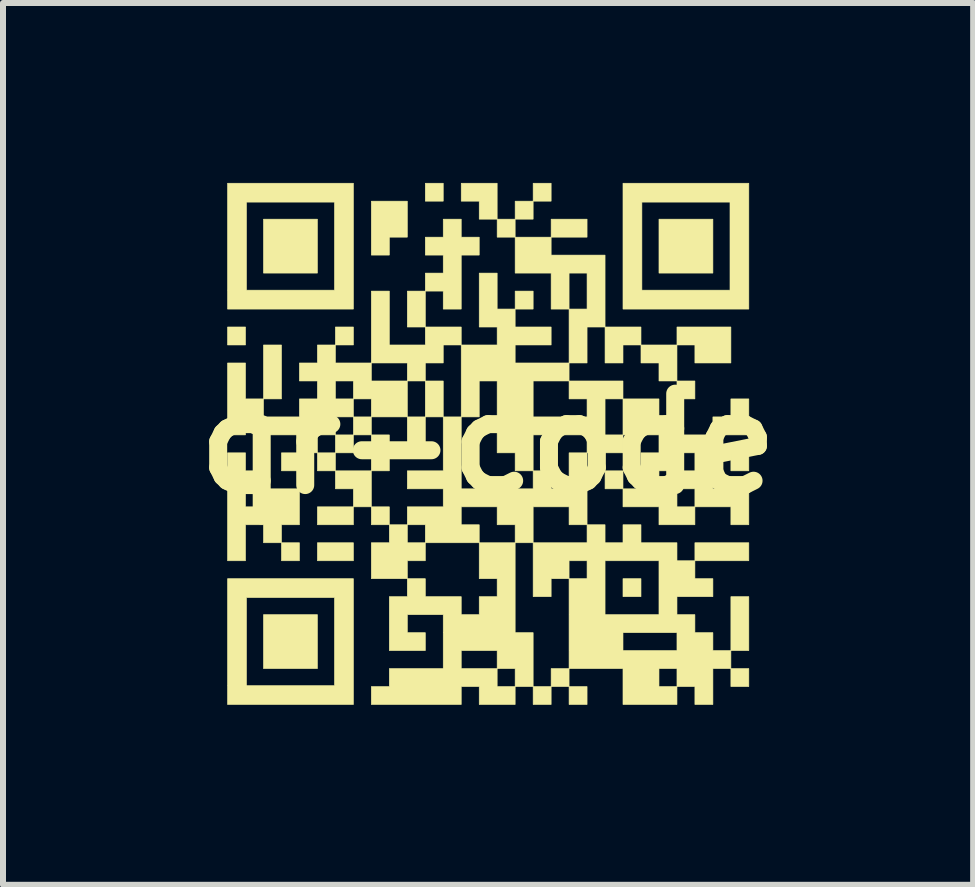
<source format=kicad_pcb>
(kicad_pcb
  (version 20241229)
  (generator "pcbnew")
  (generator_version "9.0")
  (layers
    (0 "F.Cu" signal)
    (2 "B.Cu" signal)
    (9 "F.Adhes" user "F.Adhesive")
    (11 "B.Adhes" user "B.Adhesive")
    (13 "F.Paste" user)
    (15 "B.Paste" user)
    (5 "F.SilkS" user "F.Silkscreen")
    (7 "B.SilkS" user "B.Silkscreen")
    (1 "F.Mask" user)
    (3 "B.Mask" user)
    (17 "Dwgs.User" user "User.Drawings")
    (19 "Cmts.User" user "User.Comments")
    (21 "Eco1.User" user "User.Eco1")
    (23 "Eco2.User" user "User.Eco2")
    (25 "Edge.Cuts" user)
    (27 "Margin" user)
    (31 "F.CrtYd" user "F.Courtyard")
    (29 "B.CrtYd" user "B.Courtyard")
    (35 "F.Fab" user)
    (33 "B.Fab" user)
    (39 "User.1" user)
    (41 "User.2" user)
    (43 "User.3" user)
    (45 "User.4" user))
  (footprint "qr-code"
    (layer "F.Cu")
    (at 5.087 4.348)
    (property "Reference" "qr-code" (at 0 0 0) (layer "F.SilkS") (effects (font (size 1.524 1.524) (thickness 0.3))))
    (attr through_hole)
    (fp_poly (pts (xy -4.044 -1.646) (xy -4.343 -1.646) (xy -4.343 -1.946) (xy -4.044 -1.946) (xy -4.044 -1.646)) (stroke (width 0.01) (type solid)) (fill yes) (layer "F.SilkS"))
    (fp_poly (pts (xy -3.744 -1.646) (xy -3.444 -1.646) (xy -3.444 -0.747) (xy -3.744 -0.747) (xy -3.744 -1.646)) (stroke (width 0.01) (type solid)) (fill yes) (layer "F.SilkS"))
    (fp_poly (pts (xy -3.145 0.452) (xy -3.444 0.452) (xy -3.444 0.152) (xy -3.145 0.152) (xy -3.145 0.452)) (stroke (width 0.01) (type solid)) (fill yes) (layer "F.SilkS"))
    (fp_poly (pts (xy -3.145 1.651) (xy -3.145 1.951) (xy -3.444 1.951) (xy -3.444 1.651) (xy -3.145 1.651)) (stroke (width 0.01) (type solid)) (fill yes) (layer "F.SilkS"))
    (fp_poly (pts (xy -2.845 -2.845) (xy -3.744 -2.845) (xy -3.744 -3.744) (xy -2.845 -3.744) (xy -2.845 -2.845)) (stroke (width 0.01) (type solid)) (fill yes) (layer "F.SilkS"))
    (fp_poly (pts (xy -2.845 0.452) (xy -2.845 0.152) (xy -2.545 0.152) (xy -2.545 0.452) (xy -2.845 0.452)) (stroke (width 0.01) (type solid)) (fill yes) (layer "F.SilkS"))
    (fp_poly (pts (xy -2.845 3.749) (xy -3.744 3.749) (xy -3.744 2.85) (xy -2.845 2.85) (xy -2.845 3.749)) (stroke (width 0.01) (type solid)) (fill yes) (layer "F.SilkS"))
    (fp_poly (pts (xy -2.545 -1.946) (xy -2.245 -1.946) (xy -2.245 -1.646) (xy -2.545 -1.646) (xy -2.545 -1.946)) (stroke (width 0.01) (type solid)) (fill yes) (layer "F.SilkS"))
    (fp_poly (pts (xy -2.245 -0.447) (xy -1.946 -0.447) (xy -1.946 -0.147) (xy -2.245 -0.147) (xy -2.245 -0.447)) (stroke (width 0.01) (type solid)) (fill yes) (layer "F.SilkS"))
    (fp_poly (pts (xy -2.245 0.152) (xy -2.545 0.152) (xy -2.545 -0.147) (xy -2.245 -0.147) (xy -2.245 0.152)) (stroke (width 0.01) (type solid)) (fill yes) (layer "F.SilkS"))
    (fp_poly (pts (xy -2.245 1.351) (xy -2.845 1.351) (xy -2.845 1.052) (xy -2.245 1.052) (xy -2.245 1.351)) (stroke (width 0.01) (type solid)) (fill yes) (layer "F.SilkS"))
    (fp_poly (pts (xy -2.245 1.951) (xy -2.845 1.951) (xy -2.845 1.651) (xy -2.245 1.651) (xy -2.245 1.951)) (stroke (width 0.01) (type solid)) (fill yes) (layer "F.SilkS"))
    (fp_poly (pts (xy -1.946 1.351) (xy -1.946 1.052) (xy -1.646 1.052) (xy -1.646 1.351) (xy -1.946 1.351)) (stroke (width 0.01) (type solid)) (fill yes) (layer "F.SilkS"))
    (fp_poly (pts (xy -1.646 0.452) (xy -1.946 0.452) (xy -1.946 -0.147) (xy -1.646 -0.147) (xy -1.646 0.452)) (stroke (width 0.01) (type solid)) (fill yes) (layer "F.SilkS"))
    (fp_poly (pts (xy -1.046 -1.946) (xy -1.346 -1.946) (xy -1.346 -2.545) (xy -1.046 -2.545) (xy -1.046 -1.946)) (stroke (width 0.01) (type solid)) (fill yes) (layer "F.SilkS"))
    (fp_poly (pts (xy -1.046 -1.046) (xy -0.747 -1.046) (xy -0.747 -0.447) (xy -1.046 -0.447) (xy -1.046 -1.046)) (stroke (width 0.01) (type solid)) (fill yes) (layer "F.SilkS"))
    (fp_poly (pts (xy -1.046 0.152) (xy -1.346 0.152) (xy -1.346 -0.447) (xy -1.046 -0.447) (xy -1.046 0.152)) (stroke (width 0.01) (type solid)) (fill yes) (layer "F.SilkS"))
    (fp_poly (pts (xy -0.747 -4.044) (xy -1.046 -4.044) (xy -1.046 -4.343) (xy -0.747 -4.343) (xy -0.747 -4.044)) (stroke (width 0.01) (type solid)) (fill yes) (layer "F.SilkS"))
    (fp_poly (pts (xy 0.452 -3.444) (xy 0.152 -3.444) (xy 0.152 -3.744) (xy 0.452 -3.744) (xy 0.452 -3.444)) (stroke (width 0.01) (type solid)) (fill yes) (layer "F.SilkS"))
    (fp_poly (pts (xy 0.452 -2.545) (xy 0.752 -2.545) (xy 0.752 -2.245) (xy 0.452 -2.245) (xy 0.452 -2.545)) (stroke (width 0.01) (type solid)) (fill yes) (layer "F.SilkS"))
    (fp_poly (pts (xy 0.752 -4.343) (xy 1.052 -4.343) (xy 1.052 -4.044) (xy 0.752 -4.044) (xy 0.752 -4.343)) (stroke (width 0.01) (type solid)) (fill yes) (layer "F.SilkS"))
    (fp_poly (pts (xy 0.752 -3.744) (xy 0.452 -3.744) (xy 0.452 -4.044) (xy 0.752 -4.044) (xy 0.752 -3.744)) (stroke (width 0.01) (type solid)) (fill yes) (layer "F.SilkS"))
    (fp_poly (pts (xy 1.052 -3.744) (xy 1.651 -3.744) (xy 1.651 -3.444) (xy 1.052 -3.444) (xy 1.052 -3.744)) (stroke (width 0.01) (type solid)) (fill yes) (layer "F.SilkS"))
    (fp_poly (pts (xy 1.651 4.348) (xy 1.351 4.348) (xy 1.351 4.049) (xy 1.651 4.049) (xy 1.651 4.348)) (stroke (width 0.01) (type solid)) (fill yes) (layer "F.SilkS"))
    (fp_poly (pts (xy 1.951 0.752) (xy 1.951 0.452) (xy 2.25 0.452) (xy 2.25 0.752) (xy 1.951 0.752)) (stroke (width 0.01) (type solid)) (fill yes) (layer "F.SilkS"))
    (fp_poly (pts (xy 2.55 2.55) (xy 2.25 2.55) (xy 2.25 2.25) (xy 2.55 2.25) (xy 2.55 2.55)) (stroke (width 0.01) (type solid)) (fill yes) (layer "F.SilkS"))
    (fp_poly (pts (xy 3.449 -1.046) (xy 3.449 -0.747) (xy 3.15 -0.747) (xy 3.15 -1.046) (xy 3.449 -1.046)) (stroke (width 0.01) (type solid)) (fill yes) (layer "F.SilkS"))
    (fp_poly (pts (xy 3.449 1.651) (xy 4.348 1.651) (xy 4.348 1.951) (xy 3.449 1.951) (xy 3.449 1.651)) (stroke (width 0.01) (type solid)) (fill yes) (layer "F.SilkS"))
    (fp_poly (pts (xy 3.749 -2.845) (xy 2.85 -2.845) (xy 2.85 -3.744) (xy 3.749 -3.744) (xy 3.749 -2.845)) (stroke (width 0.01) (type solid)) (fill yes) (layer "F.SilkS"))
    (fp_poly (pts (xy 4.049 2.55) (xy 4.348 2.55) (xy 4.348 3.449) (xy 4.049 3.449) (xy 4.049 2.55)) (stroke (width 0.01) (type solid)) (fill yes) (layer "F.SilkS"))
    (fp_poly (pts (xy 4.348 0.452) (xy 4.049 0.452) (xy 4.049 0.152) (xy 4.348 0.152) (xy 4.348 0.452)) (stroke (width 0.01) (type solid)) (fill yes) (layer "F.SilkS"))
    (fp_poly (pts (xy 4.348 4.049) (xy 4.049 4.049) (xy 4.049 3.749) (xy 4.348 3.749) (xy 4.348 4.049)) (stroke (width 0.01) (type solid)) (fill yes) (layer "F.SilkS"))
    (fp_poly (pts (xy -2.245 0.752) (xy -2.545 0.752) (xy -2.545 0.452) (xy -1.946 0.452) (xy -1.946 1.052) (xy -2.245 1.052) (xy -2.245 0.752)) (stroke (width 0.01) (type solid)) (fill yes) (layer "F.SilkS"))
    (fp_poly (pts (xy -1.346 -3.444) (xy -1.646 -3.444) (xy -1.646 -3.145) (xy -1.946 -3.145) (xy -1.946 -4.044) (xy -1.346 -4.044) (xy -1.346 -3.444)) (stroke (width 0.01) (type solid)) (fill yes) (layer "F.SilkS"))
    (fp_poly (pts (xy -0.147 -3.744) (xy -0.147 -4.044) (xy -0.447 -4.044) (xy -0.447 -4.343) (xy 0.152 -4.343) (xy 0.152 -3.744) (xy -0.147 -3.744)) (stroke (width 0.01) (type solid)) (fill yes) (layer "F.SilkS"))
    (fp_poly (pts (xy 2.25 -1.646) (xy 2.25 -1.346) (xy 1.951 -1.346) (xy 1.951 -1.946) (xy 2.55 -1.946) (xy 2.55 -1.646) (xy 2.25 -1.646)) (stroke (width 0.01) (type solid)) (fill yes) (layer "F.SilkS"))
    (fp_poly (pts (xy 3.15 -1.946) (xy 4.049 -1.946) (xy 4.049 -1.346) (xy 3.449 -1.346) (xy 3.449 -1.646) (xy 3.15 -1.646) (xy 3.15 -1.946)) (stroke (width 0.01) (type solid)) (fill yes) (layer "F.SilkS"))
    (fp_poly (pts (xy 3.15 -1.046) (xy 2.85 -1.046) (xy 2.85 -1.346) (xy 2.55 -1.346) (xy 2.55 -1.646) (xy 3.15 -1.646) (xy 3.15 -1.046)) (stroke (width 0.01) (type solid)) (fill yes) (layer "F.SilkS"))
    (fp_poly (pts (xy 3.749 -0.447) (xy 4.049 -0.447) (xy 4.049 -0.747) (xy 4.348 -0.747) (xy 4.348 -0.147) (xy 3.749 -0.147) (xy 3.749 -0.447)) (stroke (width 0.01) (type solid)) (fill yes) (layer "F.SilkS"))
    (fp_poly (pts (xy -3.744 -0.447) (xy -4.044 -0.447) (xy -4.044 -0.147) (xy -4.343 -0.147) (xy -4.343 -1.346) (xy -4.044 -1.346) (xy -4.044 -0.747) (xy -3.744 -0.747) (xy -3.744 -0.447)) (stroke (width 0.01) (type solid)) (fill yes) (layer "F.SilkS"))
    (fp_poly (pts (xy -2.245 -2.245) (xy -4.343 -2.245) (xy -4.343 -4.028) (xy -4.028 -4.028) (xy -4.028 -2.56) (xy -2.56 -2.56) (xy -2.56 -4.028) (xy -4.028 -4.028) (xy -4.343 -4.028) (xy -4.343 -4.343) (xy -2.245 -4.343) (xy -2.245 -2.245)) (stroke (width 0.01) (type solid)) (fill yes) (layer "F.SilkS"))
    (fp_poly (pts (xy -2.245 4.348) (xy -4.343 4.348) (xy -4.343 2.565) (xy -4.028 2.565) (xy -4.028 4.034) (xy -2.56 4.034) (xy -2.56 2.565) (xy -4.028 2.565) (xy -4.343 2.565) (xy -4.343 2.25) (xy -2.245 2.25) (xy -2.245 4.348)) (stroke (width 0.01) (type solid)) (fill yes) (layer "F.SilkS"))
    (fp_poly (pts (xy 4.348 -2.245) (xy 2.25 -2.245) (xy 2.25 -4.028) (xy 2.565 -4.028) (xy 2.565 -2.56) (xy 4.034 -2.56) (xy 4.034 -4.028) (xy 2.565 -4.028) (xy 2.25 -4.028) (xy 2.25 -4.343) (xy 4.348 -4.343) (xy 4.348 -2.245)) (stroke (width 0.01) (type solid)) (fill yes) (layer "F.SilkS"))
    (fp_poly (pts (xy -1.946 -2.545) (xy -1.646 -2.545) (xy -1.646 -1.646) (xy -1.046 -1.646) (xy -1.046 -1.946) (xy -0.447 -1.946) (xy -0.447 -1.646) (xy -0.747 -1.646) (xy -0.747 -1.346) (xy -1.046 -1.346) (xy -1.046 -1.046) (xy -1.346 -1.046) (xy -1.346 -1.346) (xy -1.946 -1.346) (xy -1.946 -2.545)) (stroke (width 0.01) (type solid)) (fill yes) (layer "F.SilkS"))
    (fp_poly (pts (xy -1.046 -2.845) (xy -0.747 -2.845) (xy -0.747 -3.145) (xy -1.046 -3.145) (xy -1.046 -3.444) (xy -0.747 -3.444) (xy -0.747 -3.744) (xy -0.447 -3.744) (xy -0.447 -3.444) (xy -0.147 -3.444) (xy -0.147 -3.145) (xy -0.447 -3.145) (xy -0.447 -2.245) (xy -0.747 -2.245) (xy -0.747 -2.545) (xy -1.046 -2.545) (xy -1.046 -2.845)) (stroke (width 0.01) (type solid)) (fill yes) (layer "F.SilkS"))
    (fp_poly (pts (xy 1.052 -3.145) (xy 1.951 -3.145) (xy 1.951 -1.946) (xy 1.651 -1.946) (xy 1.651 -1.346) (xy 1.351 -1.346) (xy 1.351 -2.245) (xy 1.052 -2.245) (xy 1.052 -2.845) (xy 1.351 -2.845) (xy 1.351 -2.245) (xy 1.651 -2.245) (xy 1.651 -2.845) (xy 1.351 -2.845) (xy 1.052 -2.845) (xy 0.452 -2.845) (xy 0.452 -3.444) (xy 1.052 -3.444) (xy 1.052 -3.145)) (stroke (width 0.01) (type solid)) (fill yes) (layer "F.SilkS"))
    (fp_poly (pts (xy -3.145 0.752) (xy -3.145 1.351) (xy -3.444 1.351) (xy -3.444 1.651) (xy -3.744 1.651) (xy -3.744 1.351) (xy -4.044 1.351) (xy -4.044 1.951) (xy -4.343 1.951) (xy -4.343 0.752) (xy -4.044 0.752) (xy -4.044 1.052) (xy -3.744 1.052) (xy -3.744 0.752) (xy -4.044 0.752) (xy -4.343 0.752) (xy -4.343 0.152) (xy -4.044 0.152) (xy -4.044 0.452) (xy -3.744 0.452) (xy -3.744 0.752) (xy -3.145 0.752)) (stroke (width 0.01) (type solid)) (fill yes) (layer "F.SilkS"))
    (fp_poly (pts (xy -2.245 -0.447) (xy -2.545 -0.447) (xy -2.545 -0.147) (xy -2.845 -0.147) (xy -2.845 0.152) (xy -3.145 0.152) (xy -3.145 -0.147) (xy -3.744 -0.147) (xy -3.744 -0.447) (xy -3.145 -0.447) (xy -3.145 -0.747) (xy -2.845 -0.747) (xy -2.845 -1.046) (xy -2.545 -1.046) (xy -2.545 -0.747) (xy -2.245 -0.747) (xy -2.245 -1.046) (xy -2.545 -1.046) (xy -2.845 -1.046) (xy -3.145 -1.046) (xy -3.145 -1.346) (xy -2.845 -1.346) (xy -2.845 -1.646) (xy -2.545 -1.646) (xy -2.545 -1.346) (xy -1.946 -1.346) (xy -1.946 -1.046) (xy -1.346 -1.046) (xy -1.346 -0.447) (xy -1.946 -0.447) (xy -1.946 -0.747) (xy -2.245 -0.747) (xy -2.245 -0.447)) (stroke (width 0.01) (type solid)) (fill yes) (layer "F.SilkS"))
    (fp_poly (pts (xy 3.749 0.752) (xy 4.348 0.752) (xy 4.348 1.351) (xy 4.049 1.351) (xy 4.049 1.052) (xy 3.449 1.052) (xy 3.449 1.351) (xy 2.85 1.351) (xy 2.85 1.052) (xy 3.15 1.052) (xy 3.449 1.052) (xy 3.449 0.752) (xy 3.15 0.752) (xy 3.15 1.052) (xy 2.85 1.052) (xy 2.25 1.052) (xy 2.25 0.752) (xy 2.55 0.752) (xy 2.55 0.452) (xy 2.85 0.452) (xy 2.85 0.752) (xy 3.15 0.752) (xy 3.15 0.452) (xy 2.85 0.452) (xy 2.55 0.452) (xy 2.55 0.152) (xy 2.85 0.152) (xy 3.15 0.152) (xy 3.15 0.452) (xy 3.449 0.452) (xy 3.449 0.152) (xy 3.15 0.152) (xy 2.85 0.152) (xy 2.85 -0.147) (xy 2.25 -0.147) (xy 2.25 -0.747) (xy 2.85 -0.747) (xy 2.85 -0.447) (xy 3.15 -0.447) (xy 3.15 -0.147) (xy 3.749 -0.147) (xy 3.749 0.752)) (stroke (width 0.01) (type solid)) (fill yes) (layer "F.SilkS"))
    (fp_poly (pts (xy 2.25 -1.046) (xy 2.25 -0.747) (xy 1.951 -0.747) (xy 1.951 -0.147) (xy 2.25 -0.147) (xy 2.25 0.152) (xy 1.651 0.152) (xy 1.651 1.351) (xy 1.951 1.351) (xy 1.951 1.651) (xy 2.25 1.651) (xy 2.25 1.351) (xy 2.55 1.351) (xy 2.55 1.651) (xy 3.15 1.651) (xy 3.15 1.951) (xy 3.449 1.951) (xy 3.449 2.25) (xy 3.749 2.25) (xy 3.749 2.55) (xy 3.15 2.55) (xy 3.15 2.85) (xy 3.449 2.85) (xy 3.449 3.15) (xy 3.749 3.15) (xy 3.749 3.449) (xy 4.049 3.449) (xy 4.049 3.749) (xy 3.749 3.749) (xy 3.749 4.348) (xy 3.449 4.348) (xy 3.449 4.049) (xy 3.15 4.049) (xy 3.15 4.348) (xy 2.25 4.348) (xy 2.25 3.749) (xy 2.85 3.749) (xy 2.85 4.049) (xy 3.15 4.049) (xy 3.15 3.749) (xy 2.85 3.749) (xy 2.25 3.749) (xy 1.351 3.749) (xy 1.351 4.049) (xy 1.052 4.049) (xy 1.052 4.348) (xy 0.752 4.348) (xy 0.752 4.049) (xy 0.452 4.049) (xy 0.452 4.348) (xy -0.147 4.348) (xy -0.147 4.049) (xy 0.152 4.049) (xy 0.452 4.049) (xy 0.452 3.749) (xy 0.152 3.749) (xy 0.152 4.049) (xy -0.147 4.049) (xy -0.447 4.049) (xy -0.447 4.348) (xy -1.946 4.348) (xy -1.946 4.049) (xy -1.646 4.049) (xy -1.646 3.749) (xy -0.747 3.749) (xy -0.747 3.449) (xy -0.447 3.449) (xy -0.447 3.749) (xy 0.152 3.749) (xy 0.152 3.449) (xy -0.447 3.449) (xy -0.747 3.449) (xy -0.747 2.85) (xy -1.346 2.85) (xy -1.346 3.15) (xy -1.046 3.15) (xy -1.046 3.449) (xy -1.646 3.449) (xy -1.646 2.55) (xy -1.346 2.55) (xy -1.346 2.25) (xy -1.946 2.25) (xy -1.946 1.951) (xy -1.346 1.951) (xy -1.346 2.25) (xy -1.046 2.25) (xy -1.046 2.55) (xy -0.447 2.55) (xy -0.447 2.85) (xy -0.147 2.85) (xy -0.147 2.55) (xy 0.152 2.55) (xy 0.152 2.25) (xy -0.147 2.25) (xy -0.147 1.651) (xy -1.046 1.651) (xy -1.046 1.951) (xy -1.346 1.951) (xy -1.946 1.951) (xy -1.946 1.651) (xy -1.646 1.651) (xy -1.646 1.351) (xy -1.346 1.351) (xy -1.346 1.651) (xy -1.046 1.651) (xy -1.046 1.351) (xy -1.346 1.351) (xy -1.346 1.052) (xy -0.747 1.052) (xy -0.447 1.052) (xy -0.447 1.351) (xy -0.147 1.351) (xy -0.147 1.651) (xy 0.452 1.651) (xy 0.452 3.15) (xy 0.752 3.15) (xy 0.752 4.049) (xy 1.052 4.049) (xy 1.052 3.749) (xy 1.351 3.749) (xy 1.351 3.15) (xy 2.25 3.15) (xy 2.25 3.449) (xy 3.15 3.449) (xy 3.15 3.15) (xy 2.25 3.15) (xy 1.351 3.15) (xy 1.351 2.25) (xy 1.052 2.25) (xy 1.052 2.55) (xy 0.752 2.55) (xy 0.752 1.951) (xy 1.351 1.951) (xy 1.351 2.25) (xy 1.651 2.25) (xy 1.651 1.951) (xy 1.951 1.951) (xy 1.951 2.85) (xy 2.85 2.85) (xy 2.85 1.951) (xy 1.951 1.951) (xy 1.651 1.951) (xy 1.351 1.951) (xy 0.752 1.951) (xy 0.752 1.651) (xy 0.452 1.651) (xy 0.452 1.351) (xy 0.152 1.351) (xy 0.152 1.052) (xy 0.752 1.052) (xy 0.752 1.651) (xy 1.651 1.651) (xy 1.651 1.351) (xy 1.351 1.351) (xy 1.351 1.052) (xy 0.752 1.052) (xy 0.152 1.052) (xy -0.447 1.052) (xy -0.747 1.052) (xy -0.747 0.752) (xy -1.346 0.752) (xy -1.346 0.452) (xy -0.747 0.452) (xy -0.747 -0.447) (xy -0.447 -0.447) (xy -0.447 0.752) (xy 0.752 0.752) (xy 0.752 0.452) (xy 0.452 0.452) (xy 0.452 0.152) (xy 0.152 0.152) (xy 0.152 -0.147) (xy 0.752 -0.147) (xy 0.752 0.452) (xy 1.052 0.452) (xy 1.052 0.752) (xy 1.351 0.752) (xy 1.351 0.152) (xy 1.651 0.152) (xy 1.651 -0.147) (xy 0.752 -0.147) (xy 0.152 -0.147) (xy 0.152 -1.046) (xy 0.752 -1.046) (xy 0.752 -0.447) (xy 1.651 -0.447) (xy 1.651 -0.747) (xy 1.351 -0.747) (xy 1.351 -1.046) (xy 0.752 -1.046) (xy 0.152 -1.046) (xy -0.147 -1.046) (xy -0.147 -0.447) (xy -0.447 -0.447) (xy -0.447 -1.646) (xy 0.152 -1.646) (xy 0.152 -1.946) (xy -0.147 -1.946) (xy -0.147 -2.845) (xy 0.152 -2.845) (xy 0.152 -2.245) (xy 0.452 -2.245) (xy 0.452 -1.946) (xy 1.052 -1.946) (xy 1.052 -1.646) (xy 0.452 -1.646) (xy 0.452 -1.346) (xy 1.351 -1.346) (xy 1.351 -1.046) (xy 2.25 -1.046)) (stroke (width 0.01) (type solid)) (fill yes) (layer "F.SilkS")))
  (gr_rect
    (start -3 -3)
    (end 13.175 11.702)
    (stroke (width 0.1) (type default))
    (fill no)
    (layer "Edge.Cuts")))
</source>
